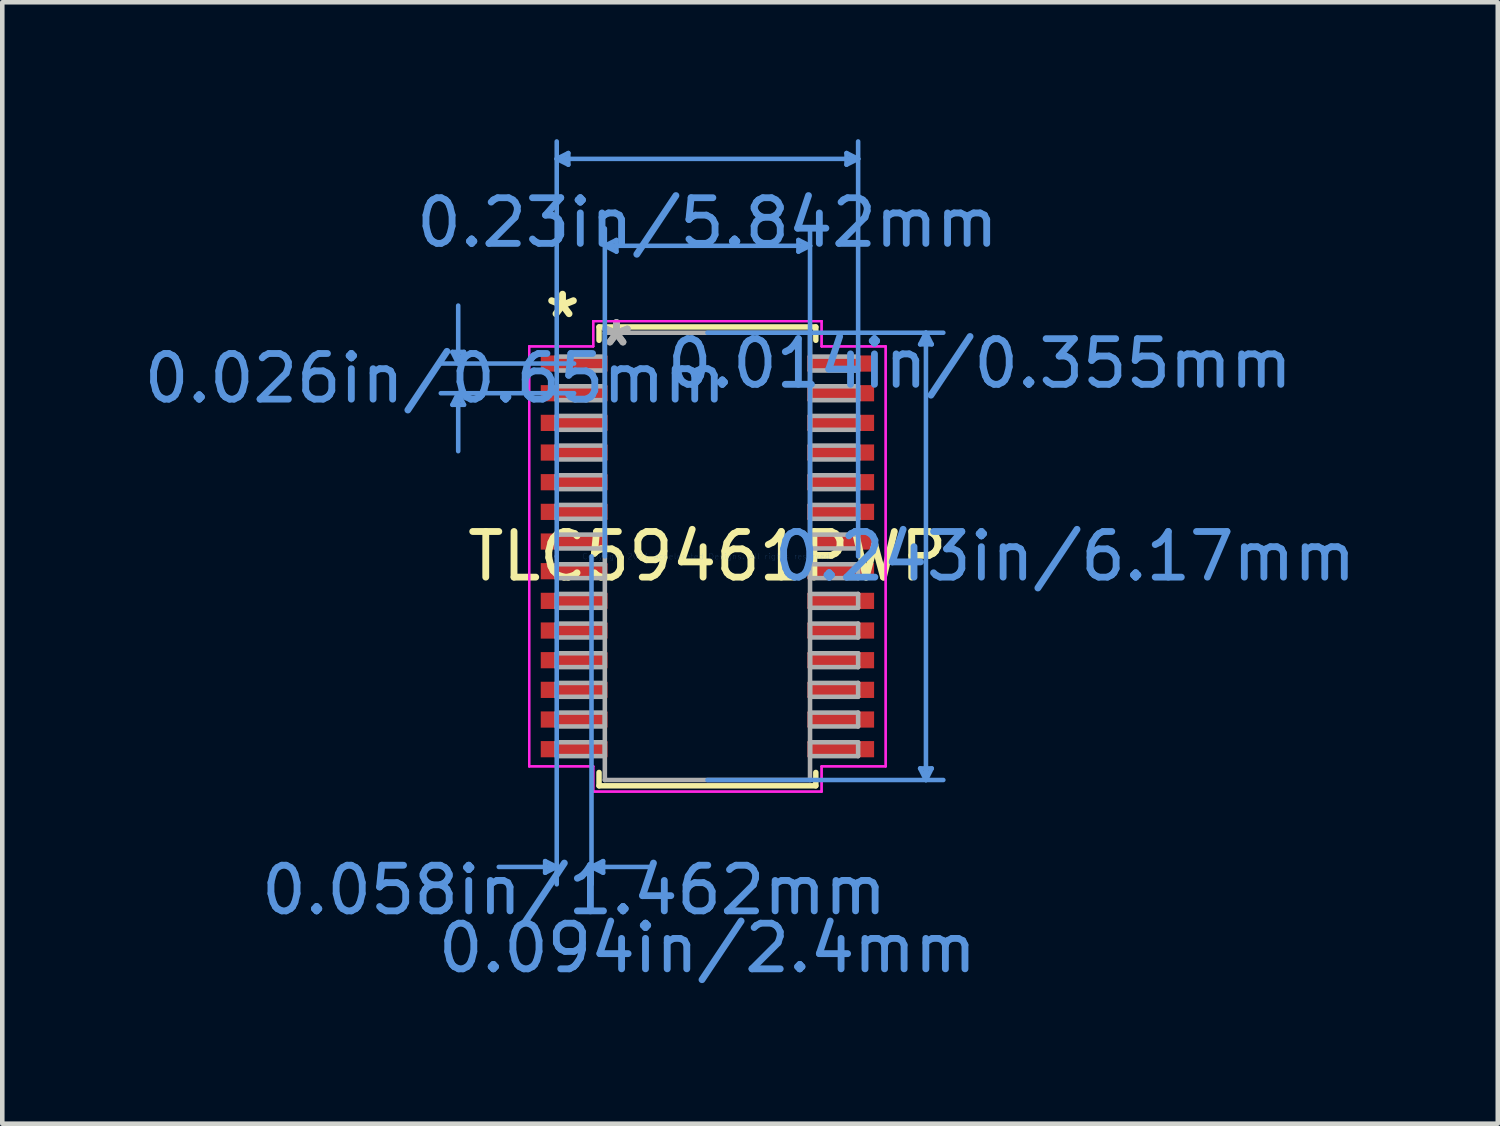
<source format=kicad_pcb>
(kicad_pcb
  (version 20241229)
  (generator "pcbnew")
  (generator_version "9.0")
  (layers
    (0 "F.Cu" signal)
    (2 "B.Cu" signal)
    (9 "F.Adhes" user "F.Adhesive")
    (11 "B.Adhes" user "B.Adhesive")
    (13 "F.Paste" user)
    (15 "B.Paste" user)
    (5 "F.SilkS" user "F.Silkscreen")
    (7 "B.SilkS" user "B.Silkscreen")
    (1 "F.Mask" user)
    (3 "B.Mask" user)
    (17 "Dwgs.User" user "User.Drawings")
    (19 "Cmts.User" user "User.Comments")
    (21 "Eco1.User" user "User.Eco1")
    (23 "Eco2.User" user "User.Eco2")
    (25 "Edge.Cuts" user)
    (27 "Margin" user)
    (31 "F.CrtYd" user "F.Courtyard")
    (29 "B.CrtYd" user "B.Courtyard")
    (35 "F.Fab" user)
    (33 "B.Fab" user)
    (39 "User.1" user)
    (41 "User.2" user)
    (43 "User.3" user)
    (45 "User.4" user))
  (footprint "TLC59461PWP"
    (layer "F.Cu")
    (at 12.451 9.141)
    (property "Reference" "TLC59461PWP" (at 0 0 0) (layer "F.SilkS") (effects (font (size 1 1) (thickness 0.15))))
    (attr through_hole)
    (fp_line (start -2.375 -5.027) (end -2.375 -4.735) (stroke (width 0.12) (type solid)) (layer "F.SilkS"))
    (fp_line (start -2.375 4.735) (end -2.375 5.027) (stroke (width 0.12) (type solid)) (layer "F.SilkS"))
    (fp_line (start -2.375 5.027) (end 2.375 5.027) (stroke (width 0.12) (type solid)) (layer "F.SilkS"))
    (fp_line (start 2.375 -5.027) (end -2.375 -5.027) (stroke (width 0.12) (type solid)) (layer "F.SilkS"))
    (fp_line (start 2.375 -4.735) (end 2.375 -5.027) (stroke (width 0.12) (type solid)) (layer "F.SilkS"))
    (fp_line (start 2.375 5.027) (end 2.375 4.735) (stroke (width 0.12) (type solid)) (layer "F.SilkS"))
    (fp_line (start -5.588 -4.479) (end -5.334 -4.479) (stroke (width 0.1) (type solid)) (layer "Cmts.User"))
    (fp_line (start -5.588 -3.321) (end -5.334 -3.321) (stroke (width 0.1) (type solid)) (layer "Cmts.User"))
    (fp_line (start -5.461 -4.225) (end -5.588 -4.479) (stroke (width 0.1) (type solid)) (layer "Cmts.User"))
    (fp_line (start -5.461 -4.225) (end -5.461 -5.495) (stroke (width 0.1) (type solid)) (layer "Cmts.User"))
    (fp_line (start -5.461 -4.225) (end -5.334 -4.479) (stroke (width 0.1) (type solid)) (layer "Cmts.User"))
    (fp_line (start -5.461 -3.575) (end -5.588 -3.321) (stroke (width 0.1) (type solid)) (layer "Cmts.User"))
    (fp_line (start -5.461 -3.575) (end -5.461 -2.305) (stroke (width 0.1) (type solid)) (layer "Cmts.User"))
    (fp_line (start -5.461 -3.575) (end -5.334 -3.321) (stroke (width 0.1) (type solid)) (layer "Cmts.User"))
    (fp_line (start -3.556 6.678) (end -3.556 6.932) (stroke (width 0.1) (type solid)) (layer "Cmts.User"))
    (fp_line (start -3.302 -8.71) (end -3.048 -8.837) (stroke (width 0.1) (type solid)) (layer "Cmts.User"))
    (fp_line (start -3.302 -8.71) (end -3.048 -8.583) (stroke (width 0.1) (type solid)) (layer "Cmts.User"))
    (fp_line (start -3.302 -8.71) (end 3.302 -8.71) (stroke (width 0.1) (type solid)) (layer "Cmts.User"))
    (fp_line (start -3.302 0) (end -3.302 -9.091) (stroke (width 0.1) (type solid)) (layer "Cmts.User"))
    (fp_line (start -3.302 0) (end -3.302 7.186) (stroke (width 0.1) (type solid)) (layer "Cmts.User"))
    (fp_line (start -3.302 6.805) (end -4.572 6.805) (stroke (width 0.1) (type solid)) (layer "Cmts.User"))
    (fp_line (start -3.302 6.805) (end -3.556 6.678) (stroke (width 0.1) (type solid)) (layer "Cmts.User"))
    (fp_line (start -3.302 6.805) (end -3.556 6.932) (stroke (width 0.1) (type solid)) (layer "Cmts.User"))
    (fp_line (start -3.048 -8.837) (end -3.048 -8.583) (stroke (width 0.1) (type solid)) (layer "Cmts.User"))
    (fp_line (start -2.921 -4.225) (end -5.842 -4.225) (stroke (width 0.1) (type solid)) (layer "Cmts.User"))
    (fp_line (start -2.921 -3.575) (end -5.842 -3.575) (stroke (width 0.1) (type solid)) (layer "Cmts.User"))
    (fp_line (start -2.54 0) (end -2.54 7.186) (stroke (width 0.1) (type solid)) (layer "Cmts.User"))
    (fp_line (start -2.54 6.805) (end -2.286 6.678) (stroke (width 0.1) (type solid)) (layer "Cmts.User"))
    (fp_line (start -2.54 6.805) (end -2.286 6.932) (stroke (width 0.1) (type solid)) (layer "Cmts.User"))
    (fp_line (start -2.54 6.805) (end -1.27 6.805) (stroke (width 0.1) (type solid)) (layer "Cmts.User"))
    (fp_line (start -2.286 6.678) (end -2.286 6.932) (stroke (width 0.1) (type solid)) (layer "Cmts.User"))
    (fp_line (start -2.248 -6.805) (end -1.994 -6.932) (stroke (width 0.1) (type solid)) (layer "Cmts.User"))
    (fp_line (start -2.248 -6.805) (end -1.994 -6.678) (stroke (width 0.1) (type solid)) (layer "Cmts.User"))
    (fp_line (start -2.248 -6.805) (end 2.248 -6.805) (stroke (width 0.1) (type solid)) (layer "Cmts.User"))
    (fp_line (start -2.248 0) (end -2.248 -7.186) (stroke (width 0.1) (type solid)) (layer "Cmts.User"))
    (fp_line (start -1.994 -6.932) (end -1.994 -6.678) (stroke (width 0.1) (type solid)) (layer "Cmts.User"))
    (fp_line (start 0 -4.9) (end 5.169 -4.9) (stroke (width 0.1) (type solid)) (layer "Cmts.User"))
    (fp_line (start 0 4.9) (end 5.169 4.9) (stroke (width 0.1) (type solid)) (layer "Cmts.User"))
    (fp_line (start 1.994 -6.932) (end 1.994 -6.678) (stroke (width 0.1) (type solid)) (layer "Cmts.User"))
    (fp_line (start 2.248 -6.805) (end 1.994 -6.932) (stroke (width 0.1) (type solid)) (layer "Cmts.User"))
    (fp_line (start 2.248 -6.805) (end 1.994 -6.678) (stroke (width 0.1) (type solid)) (layer "Cmts.User"))
    (fp_line (start 2.248 0) (end 2.248 -7.186) (stroke (width 0.1) (type solid)) (layer "Cmts.User"))
    (fp_line (start 3.048 -8.837) (end 3.048 -8.583) (stroke (width 0.1) (type solid)) (layer "Cmts.User"))
    (fp_line (start 3.302 -8.71) (end 3.048 -8.837) (stroke (width 0.1) (type solid)) (layer "Cmts.User"))
    (fp_line (start 3.302 -8.71) (end 3.048 -8.583) (stroke (width 0.1) (type solid)) (layer "Cmts.User"))
    (fp_line (start 3.302 0) (end 3.302 -9.091) (stroke (width 0.1) (type solid)) (layer "Cmts.User"))
    (fp_line (start 4.661 -4.646) (end 4.915 -4.646) (stroke (width 0.1) (type solid)) (layer "Cmts.User"))
    (fp_line (start 4.661 4.646) (end 4.915 4.646) (stroke (width 0.1) (type solid)) (layer "Cmts.User"))
    (fp_line (start 4.788 -4.9) (end 4.661 -4.646) (stroke (width 0.1) (type solid)) (layer "Cmts.User"))
    (fp_line (start 4.788 -4.9) (end 4.788 4.9) (stroke (width 0.1) (type solid)) (layer "Cmts.User"))
    (fp_line (start 4.788 -4.9) (end 4.915 -4.646) (stroke (width 0.1) (type solid)) (layer "Cmts.User"))
    (fp_line (start 4.788 4.9) (end 4.661 4.646) (stroke (width 0.1) (type solid)) (layer "Cmts.User"))
    (fp_line (start 4.788 4.9) (end 4.915 4.646) (stroke (width 0.1) (type solid)) (layer "Cmts.User"))
    (fp_line (start -3.906 -4.601) (end -2.502 -4.601) (stroke (width 0.05) (type solid)) (layer "F.CrtYd"))
    (fp_line (start -3.906 -4.601) (end -2.502 -4.601) (stroke (width 0.05) (type solid)) (layer "F.CrtYd"))
    (fp_line (start -3.906 4.601) (end -3.906 -4.601) (stroke (width 0.05) (type solid)) (layer "F.CrtYd"))
    (fp_line (start -3.906 4.601) (end -3.906 -4.601) (stroke (width 0.05) (type solid)) (layer "F.CrtYd"))
    (fp_line (start -3.906 4.601) (end -2.502 4.601) (stroke (width 0.05) (type solid)) (layer "F.CrtYd"))
    (fp_line (start -2.502 -5.154) (end 2.502 -5.154) (stroke (width 0.05) (type solid)) (layer "F.CrtYd"))
    (fp_line (start -2.502 -5.154) (end 2.502 -5.154) (stroke (width 0.05) (type solid)) (layer "F.CrtYd"))
    (fp_line (start -2.502 -4.601) (end -2.502 -5.154) (stroke (width 0.05) (type solid)) (layer "F.CrtYd"))
    (fp_line (start -2.502 -4.601) (end -2.502 -5.154) (stroke (width 0.05) (type solid)) (layer "F.CrtYd"))
    (fp_line (start -2.502 4.601) (end -3.906 4.601) (stroke (width 0.05) (type solid)) (layer "F.CrtYd"))
    (fp_line (start -2.502 5.154) (end -2.502 4.601) (stroke (width 0.05) (type solid)) (layer "F.CrtYd"))
    (fp_line (start -2.502 5.154) (end -2.502 4.601) (stroke (width 0.05) (type solid)) (layer "F.CrtYd"))
    (fp_line (start 2.502 -5.154) (end 2.502 -4.601) (stroke (width 0.05) (type solid)) (layer "F.CrtYd"))
    (fp_line (start 2.502 -5.154) (end 2.502 -4.601) (stroke (width 0.05) (type solid)) (layer "F.CrtYd"))
    (fp_line (start 2.502 -4.601) (end 3.906 -4.601) (stroke (width 0.05) (type solid)) (layer "F.CrtYd"))
    (fp_line (start 2.502 4.601) (end 2.502 5.154) (stroke (width 0.05) (type solid)) (layer "F.CrtYd"))
    (fp_line (start 2.502 4.601) (end 2.502 5.154) (stroke (width 0.05) (type solid)) (layer "F.CrtYd"))
    (fp_line (start 2.502 5.154) (end -2.502 5.154) (stroke (width 0.05) (type solid)) (layer "F.CrtYd"))
    (fp_line (start 2.502 5.154) (end -2.502 5.154) (stroke (width 0.05) (type solid)) (layer "F.CrtYd"))
    (fp_line (start 3.906 -4.601) (end 2.502 -4.601) (stroke (width 0.05) (type solid)) (layer "F.CrtYd"))
    (fp_line (start 3.906 -4.601) (end 3.906 4.601) (stroke (width 0.05) (type solid)) (layer "F.CrtYd"))
    (fp_line (start 3.906 -4.601) (end 3.906 4.601) (stroke (width 0.05) (type solid)) (layer "F.CrtYd"))
    (fp_line (start 3.906 4.601) (end 2.502 4.601) (stroke (width 0.05) (type solid)) (layer "F.CrtYd"))
    (fp_line (start 3.906 4.601) (end 2.502 4.601) (stroke (width 0.05) (type solid)) (layer "F.CrtYd"))
    (fp_line (start -3.302 -4.377) (end -3.302 -4.073) (stroke (width 0.1) (type solid)) (layer "F.Fab"))
    (fp_line (start -3.302 -4.073) (end -2.248 -4.073) (stroke (width 0.1) (type solid)) (layer "F.Fab"))
    (fp_line (start -3.302 -3.727) (end -3.302 -3.423) (stroke (width 0.1) (type solid)) (layer "F.Fab"))
    (fp_line (start -3.302 -3.423) (end -2.248 -3.423) (stroke (width 0.1) (type solid)) (layer "F.Fab"))
    (fp_line (start -3.302 -3.077) (end -3.302 -2.773) (stroke (width 0.1) (type solid)) (layer "F.Fab"))
    (fp_line (start -3.302 -2.773) (end -2.248 -2.773) (stroke (width 0.1) (type solid)) (layer "F.Fab"))
    (fp_line (start -3.302 -2.427) (end -3.302 -2.123) (stroke (width 0.1) (type solid)) (layer "F.Fab"))
    (fp_line (start -3.302 -2.123) (end -2.248 -2.123) (stroke (width 0.1) (type solid)) (layer "F.Fab"))
    (fp_line (start -3.302 -1.777) (end -3.302 -1.473) (stroke (width 0.1) (type solid)) (layer "F.Fab"))
    (fp_line (start -3.302 -1.473) (end -2.248 -1.473) (stroke (width 0.1) (type solid)) (layer "F.Fab"))
    (fp_line (start -3.302 -1.127) (end -3.302 -0.823) (stroke (width 0.1) (type solid)) (layer "F.Fab"))
    (fp_line (start -3.302 -0.823) (end -2.248 -0.823) (stroke (width 0.1) (type solid)) (layer "F.Fab"))
    (fp_line (start -3.302 -0.477) (end -3.302 -0.173) (stroke (width 0.1) (type solid)) (layer "F.Fab"))
    (fp_line (start -3.302 -0.173) (end -2.248 -0.173) (stroke (width 0.1) (type solid)) (layer "F.Fab"))
    (fp_line (start -3.302 0.173) (end -3.302 0.477) (stroke (width 0.1) (type solid)) (layer "F.Fab"))
    (fp_line (start -3.302 0.477) (end -2.248 0.477) (stroke (width 0.1) (type solid)) (layer "F.Fab"))
    (fp_line (start -3.302 0.823) (end -3.302 1.127) (stroke (width 0.1) (type solid)) (layer "F.Fab"))
    (fp_line (start -3.302 1.127) (end -2.248 1.127) (stroke (width 0.1) (type solid)) (layer "F.Fab"))
    (fp_line (start -3.302 1.473) (end -3.302 1.777) (stroke (width 0.1) (type solid)) (layer "F.Fab"))
    (fp_line (start -3.302 1.777) (end -2.248 1.777) (stroke (width 0.1) (type solid)) (layer "F.Fab"))
    (fp_line (start -3.302 2.123) (end -3.302 2.427) (stroke (width 0.1) (type solid)) (layer "F.Fab"))
    (fp_line (start -3.302 2.427) (end -2.248 2.427) (stroke (width 0.1) (type solid)) (layer "F.Fab"))
    (fp_line (start -3.302 2.773) (end -3.302 3.077) (stroke (width 0.1) (type solid)) (layer "F.Fab"))
    (fp_line (start -3.302 3.077) (end -2.248 3.077) (stroke (width 0.1) (type solid)) (layer "F.Fab"))
    (fp_line (start -3.302 3.423) (end -3.302 3.727) (stroke (width 0.1) (type solid)) (layer "F.Fab"))
    (fp_line (start -3.302 3.727) (end -2.248 3.727) (stroke (width 0.1) (type solid)) (layer "F.Fab"))
    (fp_line (start -3.302 4.073) (end -3.302 4.377) (stroke (width 0.1) (type solid)) (layer "F.Fab"))
    (fp_line (start -3.302 4.377) (end -2.248 4.377) (stroke (width 0.1) (type solid)) (layer "F.Fab"))
    (fp_line (start -2.248 -4.9) (end -2.248 4.9) (stroke (width 0.1) (type solid)) (layer "F.Fab"))
    (fp_line (start -2.248 -4.377) (end -3.302 -4.377) (stroke (width 0.1) (type solid)) (layer "F.Fab"))
    (fp_line (start -2.248 -4.073) (end -2.248 -4.377) (stroke (width 0.1) (type solid)) (layer "F.Fab"))
    (fp_line (start -2.248 -3.727) (end -3.302 -3.727) (stroke (width 0.1) (type solid)) (layer "F.Fab"))
    (fp_line (start -2.248 -3.423) (end -2.248 -3.727) (stroke (width 0.1) (type solid)) (layer "F.Fab"))
    (fp_line (start -2.248 -3.077) (end -3.302 -3.077) (stroke (width 0.1) (type solid)) (layer "F.Fab"))
    (fp_line (start -2.248 -2.773) (end -2.248 -3.077) (stroke (width 0.1) (type solid)) (layer "F.Fab"))
    (fp_line (start -2.248 -2.427) (end -3.302 -2.427) (stroke (width 0.1) (type solid)) (layer "F.Fab"))
    (fp_line (start -2.248 -2.123) (end -2.248 -2.427) (stroke (width 0.1) (type solid)) (layer "F.Fab"))
    (fp_line (start -2.248 -1.777) (end -3.302 -1.777) (stroke (width 0.1) (type solid)) (layer "F.Fab"))
    (fp_line (start -2.248 -1.473) (end -2.248 -1.777) (stroke (width 0.1) (type solid)) (layer "F.Fab"))
    (fp_line (start -2.248 -1.127) (end -3.302 -1.127) (stroke (width 0.1) (type solid)) (layer "F.Fab"))
    (fp_line (start -2.248 -0.823) (end -2.248 -1.127) (stroke (width 0.1) (type solid)) (layer "F.Fab"))
    (fp_line (start -2.248 -0.477) (end -3.302 -0.477) (stroke (width 0.1) (type solid)) (layer "F.Fab"))
    (fp_line (start -2.248 -0.173) (end -2.248 -0.477) (stroke (width 0.1) (type solid)) (layer "F.Fab"))
    (fp_line (start -2.248 0.173) (end -3.302 0.173) (stroke (width 0.1) (type solid)) (layer "F.Fab"))
    (fp_line (start -2.248 0.477) (end -2.248 0.173) (stroke (width 0.1) (type solid)) (layer "F.Fab"))
    (fp_line (start -2.248 0.823) (end -3.302 0.823) (stroke (width 0.1) (type solid)) (layer "F.Fab"))
    (fp_line (start -2.248 1.127) (end -2.248 0.823) (stroke (width 0.1) (type solid)) (layer "F.Fab"))
    (fp_line (start -2.248 1.473) (end -3.302 1.473) (stroke (width 0.1) (type solid)) (layer "F.Fab"))
    (fp_line (start -2.248 1.777) (end -2.248 1.473) (stroke (width 0.1) (type solid)) (layer "F.Fab"))
    (fp_line (start -2.248 2.123) (end -3.302 2.123) (stroke (width 0.1) (type solid)) (layer "F.Fab"))
    (fp_line (start -2.248 2.427) (end -2.248 2.123) (stroke (width 0.1) (type solid)) (layer "F.Fab"))
    (fp_line (start -2.248 2.773) (end -3.302 2.773) (stroke (width 0.1) (type solid)) (layer "F.Fab"))
    (fp_line (start -2.248 3.077) (end -2.248 2.773) (stroke (width 0.1) (type solid)) (layer "F.Fab"))
    (fp_line (start -2.248 3.423) (end -3.302 3.423) (stroke (width 0.1) (type solid)) (layer "F.Fab"))
    (fp_line (start -2.248 3.727) (end -2.248 3.423) (stroke (width 0.1) (type solid)) (layer "F.Fab"))
    (fp_line (start -2.248 4.073) (end -3.302 4.073) (stroke (width 0.1) (type solid)) (layer "F.Fab"))
    (fp_line (start -2.248 4.377) (end -2.248 4.073) (stroke (width 0.1) (type solid)) (layer "F.Fab"))
    (fp_line (start -2.248 4.9) (end 2.248 4.9) (stroke (width 0.1) (type solid)) (layer "F.Fab"))
    (fp_line (start 2.248 -4.9) (end -2.248 -4.9) (stroke (width 0.1) (type solid)) (layer "F.Fab"))
    (fp_line (start 2.248 -4.377) (end 2.248 -4.073) (stroke (width 0.1) (type solid)) (layer "F.Fab"))
    (fp_line (start 2.248 -4.073) (end 3.302 -4.073) (stroke (width 0.1) (type solid)) (layer "F.Fab"))
    (fp_line (start 2.248 -3.727) (end 2.248 -3.423) (stroke (width 0.1) (type solid)) (layer "F.Fab"))
    (fp_line (start 2.248 -3.423) (end 3.302 -3.423) (stroke (width 0.1) (type solid)) (layer "F.Fab"))
    (fp_line (start 2.248 -3.077) (end 2.248 -2.773) (stroke (width 0.1) (type solid)) (layer "F.Fab"))
    (fp_line (start 2.248 -2.773) (end 3.302 -2.773) (stroke (width 0.1) (type solid)) (layer "F.Fab"))
    (fp_line (start 2.248 -2.427) (end 2.248 -2.123) (stroke (width 0.1) (type solid)) (layer "F.Fab"))
    (fp_line (start 2.248 -2.123) (end 3.302 -2.123) (stroke (width 0.1) (type solid)) (layer "F.Fab"))
    (fp_line (start 2.248 -1.777) (end 2.248 -1.473) (stroke (width 0.1) (type solid)) (layer "F.Fab"))
    (fp_line (start 2.248 -1.473) (end 3.302 -1.473) (stroke (width 0.1) (type solid)) (layer "F.Fab"))
    (fp_line (start 2.248 -1.127) (end 2.248 -0.823) (stroke (width 0.1) (type solid)) (layer "F.Fab"))
    (fp_line (start 2.248 -0.823) (end 3.302 -0.823) (stroke (width 0.1) (type solid)) (layer "F.Fab"))
    (fp_line (start 2.248 -0.477) (end 2.248 -0.173) (stroke (width 0.1) (type solid)) (layer "F.Fab"))
    (fp_line (start 2.248 -0.173) (end 3.302 -0.173) (stroke (width 0.1) (type solid)) (layer "F.Fab"))
    (fp_line (start 2.248 0.173) (end 2.248 0.477) (stroke (width 0.1) (type solid)) (layer "F.Fab"))
    (fp_line (start 2.248 0.477) (end 3.302 0.477) (stroke (width 0.1) (type solid)) (layer "F.Fab"))
    (fp_line (start 2.248 0.823) (end 2.248 1.127) (stroke (width 0.1) (type solid)) (layer "F.Fab"))
    (fp_line (start 2.248 1.127) (end 3.302 1.127) (stroke (width 0.1) (type solid)) (layer "F.Fab"))
    (fp_line (start 2.248 1.473) (end 2.248 1.777) (stroke (width 0.1) (type solid)) (layer "F.Fab"))
    (fp_line (start 2.248 1.777) (end 3.302 1.777) (stroke (width 0.1) (type solid)) (layer "F.Fab"))
    (fp_line (start 2.248 2.123) (end 2.248 2.427) (stroke (width 0.1) (type solid)) (layer "F.Fab"))
    (fp_line (start 2.248 2.427) (end 3.302 2.427) (stroke (width 0.1) (type solid)) (layer "F.Fab"))
    (fp_line (start 2.248 2.773) (end 2.248 3.077) (stroke (width 0.1) (type solid)) (layer "F.Fab"))
    (fp_line (start 2.248 3.077) (end 3.302 3.077) (stroke (width 0.1) (type solid)) (layer "F.Fab"))
    (fp_line (start 2.248 3.423) (end 2.248 3.727) (stroke (width 0.1) (type solid)) (layer "F.Fab"))
    (fp_line (start 2.248 3.727) (end 3.302 3.727) (stroke (width 0.1) (type solid)) (layer "F.Fab"))
    (fp_line (start 2.248 4.073) (end 2.248 4.377) (stroke (width 0.1) (type solid)) (layer "F.Fab"))
    (fp_line (start 2.248 4.377) (end 3.302 4.377) (stroke (width 0.1) (type solid)) (layer "F.Fab"))
    (fp_line (start 2.248 4.9) (end 2.248 -4.9) (stroke (width 0.1) (type solid)) (layer "F.Fab"))
    (fp_line (start 3.302 -4.377) (end 2.248 -4.377) (stroke (width 0.1) (type solid)) (layer "F.Fab"))
    (fp_line (start 3.302 -4.073) (end 3.302 -4.377) (stroke (width 0.1) (type solid)) (layer "F.Fab"))
    (fp_line (start 3.302 -3.727) (end 2.248 -3.727) (stroke (width 0.1) (type solid)) (layer "F.Fab"))
    (fp_line (start 3.302 -3.423) (end 3.302 -3.727) (stroke (width 0.1) (type solid)) (layer "F.Fab"))
    (fp_line (start 3.302 -3.077) (end 2.248 -3.077) (stroke (width 0.1) (type solid)) (layer "F.Fab"))
    (fp_line (start 3.302 -2.773) (end 3.302 -3.077) (stroke (width 0.1) (type solid)) (layer "F.Fab"))
    (fp_line (start 3.302 -2.427) (end 2.248 -2.427) (stroke (width 0.1) (type solid)) (layer "F.Fab"))
    (fp_line (start 3.302 -2.123) (end 3.302 -2.427) (stroke (width 0.1) (type solid)) (layer "F.Fab"))
    (fp_line (start 3.302 -1.777) (end 2.248 -1.777) (stroke (width 0.1) (type solid)) (layer "F.Fab"))
    (fp_line (start 3.302 -1.473) (end 3.302 -1.777) (stroke (width 0.1) (type solid)) (layer "F.Fab"))
    (fp_line (start 3.302 -1.127) (end 2.248 -1.127) (stroke (width 0.1) (type solid)) (layer "F.Fab"))
    (fp_line (start 3.302 -0.823) (end 3.302 -1.127) (stroke (width 0.1) (type solid)) (layer "F.Fab"))
    (fp_line (start 3.302 -0.477) (end 2.248 -0.477) (stroke (width 0.1) (type solid)) (layer "F.Fab"))
    (fp_line (start 3.302 -0.173) (end 3.302 -0.477) (stroke (width 0.1) (type solid)) (layer "F.Fab"))
    (fp_line (start 3.302 0.173) (end 2.248 0.173) (stroke (width 0.1) (type solid)) (layer "F.Fab"))
    (fp_line (start 3.302 0.477) (end 3.302 0.173) (stroke (width 0.1) (type solid)) (layer "F.Fab"))
    (fp_line (start 3.302 0.823) (end 2.248 0.823) (stroke (width 0.1) (type solid)) (layer "F.Fab"))
    (fp_line (start 3.302 1.127) (end 3.302 0.823) (stroke (width 0.1) (type solid)) (layer "F.Fab"))
    (fp_line (start 3.302 1.473) (end 2.248 1.473) (stroke (width 0.1) (type solid)) (layer "F.Fab"))
    (fp_line (start 3.302 1.777) (end 3.302 1.473) (stroke (width 0.1) (type solid)) (layer "F.Fab"))
    (fp_line (start 3.302 2.123) (end 2.248 2.123) (stroke (width 0.1) (type solid)) (layer "F.Fab"))
    (fp_line (start 3.302 2.427) (end 3.302 2.123) (stroke (width 0.1) (type solid)) (layer "F.Fab"))
    (fp_line (start 3.302 2.773) (end 2.248 2.773) (stroke (width 0.1) (type solid)) (layer "F.Fab"))
    (fp_line (start 3.302 3.077) (end 3.302 2.773) (stroke (width 0.1) (type solid)) (layer "F.Fab"))
    (fp_line (start 3.302 3.423) (end 2.248 3.423) (stroke (width 0.1) (type solid)) (layer "F.Fab"))
    (fp_line (start 3.302 3.727) (end 3.302 3.423) (stroke (width 0.1) (type solid)) (layer "F.Fab"))
    (fp_line (start 3.302 4.073) (end 2.248 4.073) (stroke (width 0.1) (type solid)) (layer "F.Fab"))
    (fp_line (start 3.302 4.377) (end 3.302 4.073) (stroke (width 0.1) (type solid)) (layer "F.Fab"))
    (fp_text user "*" (at -3.175 -5.2 0) (layer "F.SilkS") (effects (font (size 1 1) (thickness 0.15))))
    (fp_text user "Copyright 2021 Accelerated Designs. All rights reserved." (at 0 0 0) (layer "Cmts.User") (effects (font (size 0.127 0.127) (thickness 0.002))))
    (fp_text user "0.026in/0.65mm" (at -5.969 -3.9 0) (layer "Cmts.User") (effects (font (size 1 1) (thickness 0.15))))
    (fp_text user "0.23in/5.842mm" (at 0 -7.313 0) (layer "Cmts.User") (effects (font (size 1 1) (thickness 0.15))))
    (fp_text user "0.094in/2.4mm" (at 0 8.583 0) (layer "Cmts.User") (effects (font (size 1 1) (thickness 0.15))))
    (fp_text user "0.243in/6.17mm" (at 7.836 0 0) (layer "Cmts.User") (effects (font (size 1 1) (thickness 0.15))))
    (fp_text user "0.058in/1.462mm" (at -2.921 7.313 0) (layer "Cmts.User") (effects (font (size 1 1) (thickness 0.15))))
    (fp_text user "0.014in/0.355mm" (at 5.969 -4.225 0) (layer "Cmts.User") (effects (font (size 1 1) (thickness 0.15))))
    (fp_text user "*" (at -1.994 -4.58 0) (layer "F.Fab") (effects (font (size 1 1) (thickness 0.15))))
    (fp_text user "*" (at -1.994 -4.58 0) (layer "F.Fab") (effects (font (size 1 1) (thickness 0.15))))
    (pad "1" smd rect (at -2.921 -4.225) (size 1.462 0.355) (layers "F.Cu" "F.Mask" "F.Paste"))
    (pad "2" smd rect (at -2.921 -3.575) (size 1.462 0.355) (layers "F.Cu" "F.Mask" "F.Paste"))
    (pad "3" smd rect (at -2.921 -2.925) (size 1.462 0.355) (layers "F.Cu" "F.Mask" "F.Paste"))
    (pad "4" smd rect (at -2.921 -2.275) (size 1.462 0.355) (layers "F.Cu" "F.Mask" "F.Paste"))
    (pad "5" smd rect (at -2.921 -1.625) (size 1.462 0.355) (layers "F.Cu" "F.Mask" "F.Paste"))
    (pad "6" smd rect (at -2.921 -0.975) (size 1.462 0.355) (layers "F.Cu" "F.Mask" "F.Paste"))
    (pad "7" smd rect (at -2.921 -0.325) (size 1.462 0.355) (layers "F.Cu" "F.Mask" "F.Paste"))
    (pad "8" smd rect (at -2.921 0.325) (size 1.462 0.355) (layers "F.Cu" "F.Mask" "F.Paste"))
    (pad "9" smd rect (at -2.921 0.975) (size 1.462 0.355) (layers "F.Cu" "F.Mask" "F.Paste"))
    (pad "10" smd rect (at -2.921 1.625) (size 1.462 0.355) (layers "F.Cu" "F.Mask" "F.Paste"))
    (pad "11" smd rect (at -2.921 2.275) (size 1.462 0.355) (layers "F.Cu" "F.Mask" "F.Paste"))
    (pad "12" smd rect (at -2.921 2.925) (size 1.462 0.355) (layers "F.Cu" "F.Mask" "F.Paste"))
    (pad "13" smd rect (at -2.921 3.575) (size 1.462 0.355) (layers "F.Cu" "F.Mask" "F.Paste"))
    (pad "14" smd rect (at -2.921 4.225) (size 1.462 0.355) (layers "F.Cu" "F.Mask" "F.Paste"))
    (pad "15" smd rect (at 2.921 4.225) (size 1.462 0.355) (layers "F.Cu" "F.Mask" "F.Paste"))
    (pad "16" smd rect (at 2.921 3.575) (size 1.462 0.355) (layers "F.Cu" "F.Mask" "F.Paste"))
    (pad "17" smd rect (at 2.921 2.925) (size 1.462 0.355) (layers "F.Cu" "F.Mask" "F.Paste"))
    (pad "18" smd rect (at 2.921 2.275) (size 1.462 0.355) (layers "F.Cu" "F.Mask" "F.Paste"))
    (pad "19" smd rect (at 2.921 1.625) (size 1.462 0.355) (layers "F.Cu" "F.Mask" "F.Paste"))
    (pad "20" smd rect (at 2.921 0.975) (size 1.462 0.355) (layers "F.Cu" "F.Mask" "F.Paste"))
    (pad "21" smd rect (at 2.921 0.325) (size 1.462 0.355) (layers "F.Cu" "F.Mask" "F.Paste"))
    (pad "22" smd rect (at 2.921 -0.325) (size 1.462 0.355) (layers "F.Cu" "F.Mask" "F.Paste"))
    (pad "23" smd rect (at 2.921 -0.975) (size 1.462 0.355) (layers "F.Cu" "F.Mask" "F.Paste"))
    (pad "24" smd rect (at 2.921 -1.625) (size 1.462 0.355) (layers "F.Cu" "F.Mask" "F.Paste"))
    (pad "25" smd rect (at 2.921 -2.275) (size 1.462 0.355) (layers "F.Cu" "F.Mask" "F.Paste"))
    (pad "26" smd rect (at 2.921 -2.925) (size 1.462 0.355) (layers "F.Cu" "F.Mask" "F.Paste"))
    (pad "27" smd rect (at 2.921 -3.575) (size 1.462 0.355) (layers "F.Cu" "F.Mask" "F.Paste"))
    (pad "28" smd rect (at 2.921 -4.225) (size 1.462 0.355) (layers "F.Cu" "F.Mask" "F.Paste")))
  (gr_rect
    (start -3 -3)
    (end 29.769 21.572)
    (stroke (width 0.1) (type default))
    (fill no)
    (layer "Edge.Cuts")))
</source>
